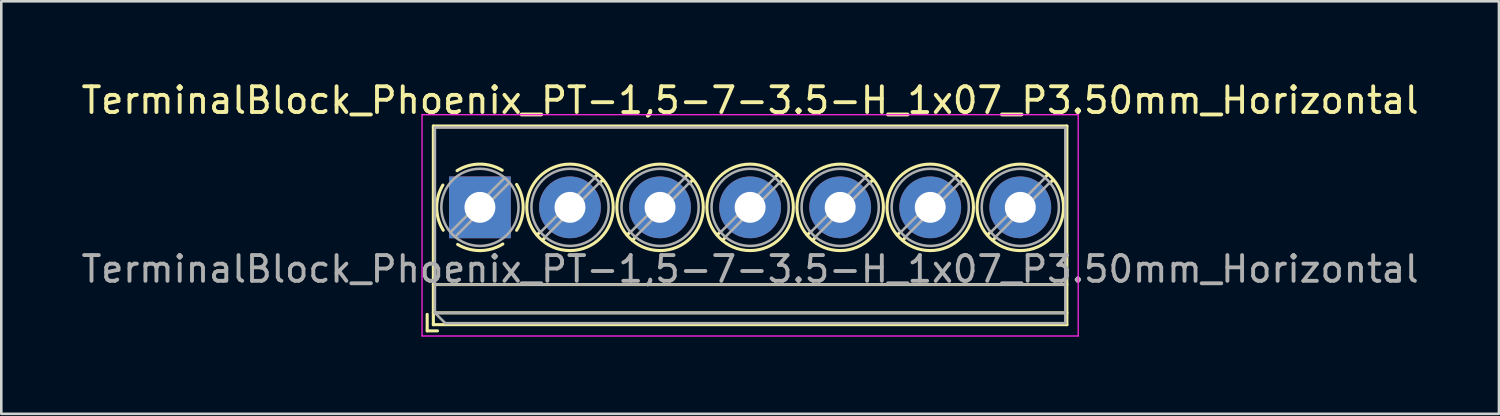
<source format=kicad_pcb>
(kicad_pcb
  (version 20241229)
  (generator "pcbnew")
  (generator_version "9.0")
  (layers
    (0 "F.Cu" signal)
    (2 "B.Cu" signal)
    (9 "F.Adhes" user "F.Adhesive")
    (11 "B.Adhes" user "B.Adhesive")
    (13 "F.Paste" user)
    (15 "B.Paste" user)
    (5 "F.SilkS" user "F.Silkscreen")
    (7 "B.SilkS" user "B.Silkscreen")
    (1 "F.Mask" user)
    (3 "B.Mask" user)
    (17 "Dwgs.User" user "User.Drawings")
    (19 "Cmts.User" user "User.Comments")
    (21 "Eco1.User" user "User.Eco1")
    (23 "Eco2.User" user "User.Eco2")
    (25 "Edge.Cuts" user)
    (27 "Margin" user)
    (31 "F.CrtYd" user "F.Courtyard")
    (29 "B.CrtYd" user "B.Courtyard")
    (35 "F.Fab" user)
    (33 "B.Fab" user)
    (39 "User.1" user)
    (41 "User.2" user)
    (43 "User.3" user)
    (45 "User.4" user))
  (footprint "TerminalBlock_Phoenix_PT-1,5-7-3.5-H_1x07_P3.50mm_Horizontal"
    (layer "F.Cu")
    (at 15.601 5.008)
    (property "Reference" "TerminalBlock_Phoenix_PT-1,5-7-3.5-H_1x07_P3.50mm_Horizontal" (at 10.5 -4.16 0) (layer "F.SilkS") (effects (font (size 1 1) (thickness 0.15))))
    (attr through_hole)
    (fp_line (start -2.05 4.16) (end -2.05 4.8) (stroke (width 0.12) (type solid)) (layer "F.SilkS"))
    (fp_line (start -2.05 4.8) (end -1.65 4.8) (stroke (width 0.12) (type solid)) (layer "F.SilkS"))
    (fp_line (start -1.81 -3.16) (end -1.81 4.56) (stroke (width 0.12) (type solid)) (layer "F.SilkS"))
    (fp_line (start -1.81 -3.16) (end 22.81 -3.16) (stroke (width 0.12) (type solid)) (layer "F.SilkS"))
    (fp_line (start -1.81 3) (end 22.81 3) (stroke (width 0.12) (type solid)) (layer "F.SilkS"))
    (fp_line (start -1.81 4.1) (end 22.81 4.1) (stroke (width 0.12) (type solid)) (layer "F.SilkS"))
    (fp_line (start -1.81 4.56) (end 22.81 4.56) (stroke (width 0.12) (type solid)) (layer "F.SilkS"))
    (fp_line (start 2.355 0.941) (end 2.226 1.069) (stroke (width 0.12) (type solid)) (layer "F.SilkS"))
    (fp_line (start 2.525 1.181) (end 2.431 1.274) (stroke (width 0.12) (type solid)) (layer "F.SilkS"))
    (fp_line (start 4.57 -1.275) (end 4.476 -1.181) (stroke (width 0.12) (type solid)) (layer "F.SilkS"))
    (fp_line (start 4.775 -1.069) (end 4.646 -0.941) (stroke (width 0.12) (type solid)) (layer "F.SilkS"))
    (fp_line (start 5.855 0.941) (end 5.726 1.069) (stroke (width 0.12) (type solid)) (layer "F.SilkS"))
    (fp_line (start 6.025 1.181) (end 5.931 1.274) (stroke (width 0.12) (type solid)) (layer "F.SilkS"))
    (fp_line (start 8.07 -1.275) (end 7.976 -1.181) (stroke (width 0.12) (type solid)) (layer "F.SilkS"))
    (fp_line (start 8.275 -1.069) (end 8.146 -0.941) (stroke (width 0.12) (type solid)) (layer "F.SilkS"))
    (fp_line (start 9.355 0.941) (end 9.226 1.069) (stroke (width 0.12) (type solid)) (layer "F.SilkS"))
    (fp_line (start 9.525 1.181) (end 9.431 1.274) (stroke (width 0.12) (type solid)) (layer "F.SilkS"))
    (fp_line (start 11.57 -1.275) (end 11.476 -1.181) (stroke (width 0.12) (type solid)) (layer "F.SilkS"))
    (fp_line (start 11.775 -1.069) (end 11.646 -0.941) (stroke (width 0.12) (type solid)) (layer "F.SilkS"))
    (fp_line (start 12.855 0.941) (end 12.726 1.069) (stroke (width 0.12) (type solid)) (layer "F.SilkS"))
    (fp_line (start 13.025 1.181) (end 12.931 1.274) (stroke (width 0.12) (type solid)) (layer "F.SilkS"))
    (fp_line (start 15.07 -1.275) (end 14.976 -1.181) (stroke (width 0.12) (type solid)) (layer "F.SilkS"))
    (fp_line (start 15.275 -1.069) (end 15.146 -0.941) (stroke (width 0.12) (type solid)) (layer "F.SilkS"))
    (fp_line (start 16.355 0.941) (end 16.226 1.069) (stroke (width 0.12) (type solid)) (layer "F.SilkS"))
    (fp_line (start 16.525 1.181) (end 16.431 1.274) (stroke (width 0.12) (type solid)) (layer "F.SilkS"))
    (fp_line (start 18.57 -1.275) (end 18.476 -1.181) (stroke (width 0.12) (type solid)) (layer "F.SilkS"))
    (fp_line (start 18.775 -1.069) (end 18.646 -0.941) (stroke (width 0.12) (type solid)) (layer "F.SilkS"))
    (fp_line (start 19.855 0.941) (end 19.726 1.069) (stroke (width 0.12) (type solid)) (layer "F.SilkS"))
    (fp_line (start 20.025 1.181) (end 19.931 1.274) (stroke (width 0.12) (type solid)) (layer "F.SilkS"))
    (fp_line (start 22.07 -1.275) (end 21.976 -1.181) (stroke (width 0.12) (type solid)) (layer "F.SilkS"))
    (fp_line (start 22.275 -1.069) (end 22.146 -0.941) (stroke (width 0.12) (type solid)) (layer "F.SilkS"))
    (fp_line (start 22.81 -3.16) (end 22.81 4.56) (stroke (width 0.12) (type solid)) (layer "F.SilkS"))
    (fp_arc (start -1.425358 0.889894) (mid -1.680286 0.014012) (end -1.44 -0.866) (stroke (width 0.12) (type solid)) (layer "F.SilkS"))
    (fp_arc (start -0.889894 -1.425358) (mid -0.014012 -1.680286) (end 0.866 -1.44) (stroke (width 0.12) (type solid)) (layer "F.SilkS"))
    (fp_arc (start 0.028674 1.680099) (mid -0.435535 1.622918) (end -0.866 1.44) (stroke (width 0.12) (type solid)) (layer "F.SilkS"))
    (fp_arc (start 0.890264 1.424721) (mid 0.463071 1.61492) (end 0 1.68) (stroke (width 0.12) (type solid)) (layer "F.SilkS"))
    (fp_arc (start 1.425504 -0.890193) (mid 1.680626 0.000476) (end 1.425 0.891) (stroke (width 0.12) (type solid)) (layer "F.SilkS"))
    (fp_circle (center 3.5 0) (end 5.18 0) (stroke (width 0.12) (type solid)) (fill no) (layer "F.SilkS"))
    (fp_circle (center 7 0) (end 8.68 0) (stroke (width 0.12) (type solid)) (fill no) (layer "F.SilkS"))
    (fp_circle (center 10.5 0) (end 12.18 0) (stroke (width 0.12) (type solid)) (fill no) (layer "F.SilkS"))
    (fp_circle (center 14 0) (end 15.68 0) (stroke (width 0.12) (type solid)) (fill no) (layer "F.SilkS"))
    (fp_circle (center 17.5 0) (end 19.18 0) (stroke (width 0.12) (type solid)) (fill no) (layer "F.SilkS"))
    (fp_circle (center 21 0) (end 22.68 0) (stroke (width 0.12) (type solid)) (fill no) (layer "F.SilkS"))
    (fp_line (start -2.25 -3.6) (end -2.25 5) (stroke (width 0.05) (type solid)) (layer "F.CrtYd"))
    (fp_line (start -2.25 5) (end 23.25 5) (stroke (width 0.05) (type solid)) (layer "F.CrtYd"))
    (fp_line (start 23.25 -3.6) (end -2.25 -3.6) (stroke (width 0.05) (type solid)) (layer "F.CrtYd"))
    (fp_line (start 23.25 5) (end 23.25 -3.6) (stroke (width 0.05) (type solid)) (layer "F.CrtYd"))
    (fp_line (start -1.75 -3.1) (end 22.75 -3.1) (stroke (width 0.1) (type solid)) (layer "F.Fab"))
    (fp_line (start -1.75 3) (end 22.75 3) (stroke (width 0.1) (type solid)) (layer "F.Fab"))
    (fp_line (start -1.75 4.1) (end -1.75 -3.1) (stroke (width 0.1) (type solid)) (layer "F.Fab"))
    (fp_line (start -1.75 4.1) (end 22.75 4.1) (stroke (width 0.1) (type solid)) (layer "F.Fab"))
    (fp_line (start -1.35 4.5) (end -1.75 4.1) (stroke (width 0.1) (type solid)) (layer "F.Fab"))
    (fp_line (start 0.955 -1.138) (end -1.138 0.955) (stroke (width 0.1) (type solid)) (layer "F.Fab"))
    (fp_line (start 1.138 -0.955) (end -0.955 1.138) (stroke (width 0.1) (type solid)) (layer "F.Fab"))
    (fp_line (start 4.455 -1.138) (end 2.363 0.955) (stroke (width 0.1) (type solid)) (layer "F.Fab"))
    (fp_line (start 4.638 -0.955) (end 2.546 1.138) (stroke (width 0.1) (type solid)) (layer "F.Fab"))
    (fp_line (start 7.955 -1.138) (end 5.863 0.955) (stroke (width 0.1) (type solid)) (layer "F.Fab"))
    (fp_line (start 8.138 -0.955) (end 6.046 1.138) (stroke (width 0.1) (type solid)) (layer "F.Fab"))
    (fp_line (start 11.455 -1.138) (end 9.363 0.955) (stroke (width 0.1) (type solid)) (layer "F.Fab"))
    (fp_line (start 11.638 -0.955) (end 9.546 1.138) (stroke (width 0.1) (type solid)) (layer "F.Fab"))
    (fp_line (start 14.955 -1.138) (end 12.863 0.955) (stroke (width 0.1) (type solid)) (layer "F.Fab"))
    (fp_line (start 15.138 -0.955) (end 13.046 1.138) (stroke (width 0.1) (type solid)) (layer "F.Fab"))
    (fp_line (start 18.455 -1.138) (end 16.363 0.955) (stroke (width 0.1) (type solid)) (layer "F.Fab"))
    (fp_line (start 18.638 -0.955) (end 16.546 1.138) (stroke (width 0.1) (type solid)) (layer "F.Fab"))
    (fp_line (start 21.955 -1.138) (end 19.863 0.955) (stroke (width 0.1) (type solid)) (layer "F.Fab"))
    (fp_line (start 22.138 -0.955) (end 20.046 1.138) (stroke (width 0.1) (type solid)) (layer "F.Fab"))
    (fp_line (start 22.75 -3.1) (end 22.75 4.5) (stroke (width 0.1) (type solid)) (layer "F.Fab"))
    (fp_line (start 22.75 4.5) (end -1.35 4.5) (stroke (width 0.1) (type solid)) (layer "F.Fab"))
    (fp_circle (center 0 0) (end 1.5 0) (stroke (width 0.1) (type solid)) (fill no) (layer "F.Fab"))
    (fp_circle (center 3.5 0) (end 5 0) (stroke (width 0.1) (type solid)) (fill no) (layer "F.Fab"))
    (fp_circle (center 7 0) (end 8.5 0) (stroke (width 0.1) (type solid)) (fill no) (layer "F.Fab"))
    (fp_circle (center 10.5 0) (end 12 0) (stroke (width 0.1) (type solid)) (fill no) (layer "F.Fab"))
    (fp_circle (center 14 0) (end 15.5 0) (stroke (width 0.1) (type solid)) (fill no) (layer "F.Fab"))
    (fp_circle (center 17.5 0) (end 19 0) (stroke (width 0.1) (type solid)) (fill no) (layer "F.Fab"))
    (fp_circle (center 21 0) (end 22.5 0) (stroke (width 0.1) (type solid)) (fill no) (layer "F.Fab"))
    (fp_text user "${REFERENCE}" (at 10.5 2.4 0) (layer "F.Fab") (effects (font (size 1 1) (thickness 0.15))))
    (pad "1" thru_hole rect (at 0 0) (size 2.4 2.4) (drill 1.2) (layers "*.Cu" "*.Mask"))
    (pad "2" thru_hole circle (at 3.5 0) (size 2.4 2.4) (drill 1.2) (layers "*.Cu" "*.Mask"))
    (pad "3" thru_hole circle (at 7 0) (size 2.4 2.4) (drill 1.2) (layers "*.Cu" "*.Mask"))
    (pad "4" thru_hole circle (at 10.5 0) (size 2.4 2.4) (drill 1.2) (layers "*.Cu" "*.Mask"))
    (pad "5" thru_hole circle (at 14 0) (size 2.4 2.4) (drill 1.2) (layers "*.Cu" "*.Mask"))
    (pad "6" thru_hole circle (at 17.5 0) (size 2.4 2.4) (drill 1.2) (layers "*.Cu" "*.Mask"))
    (pad "7" thru_hole circle (at 21 0) (size 2.4 2.4) (drill 1.2) (layers "*.Cu" "*.Mask")))
  (gr_rect
    (start -3 -3)
    (end 55.202 13.033)
    (stroke (width 0.1) (type default))
    (fill no)
    (layer "Edge.Cuts")))
</source>
